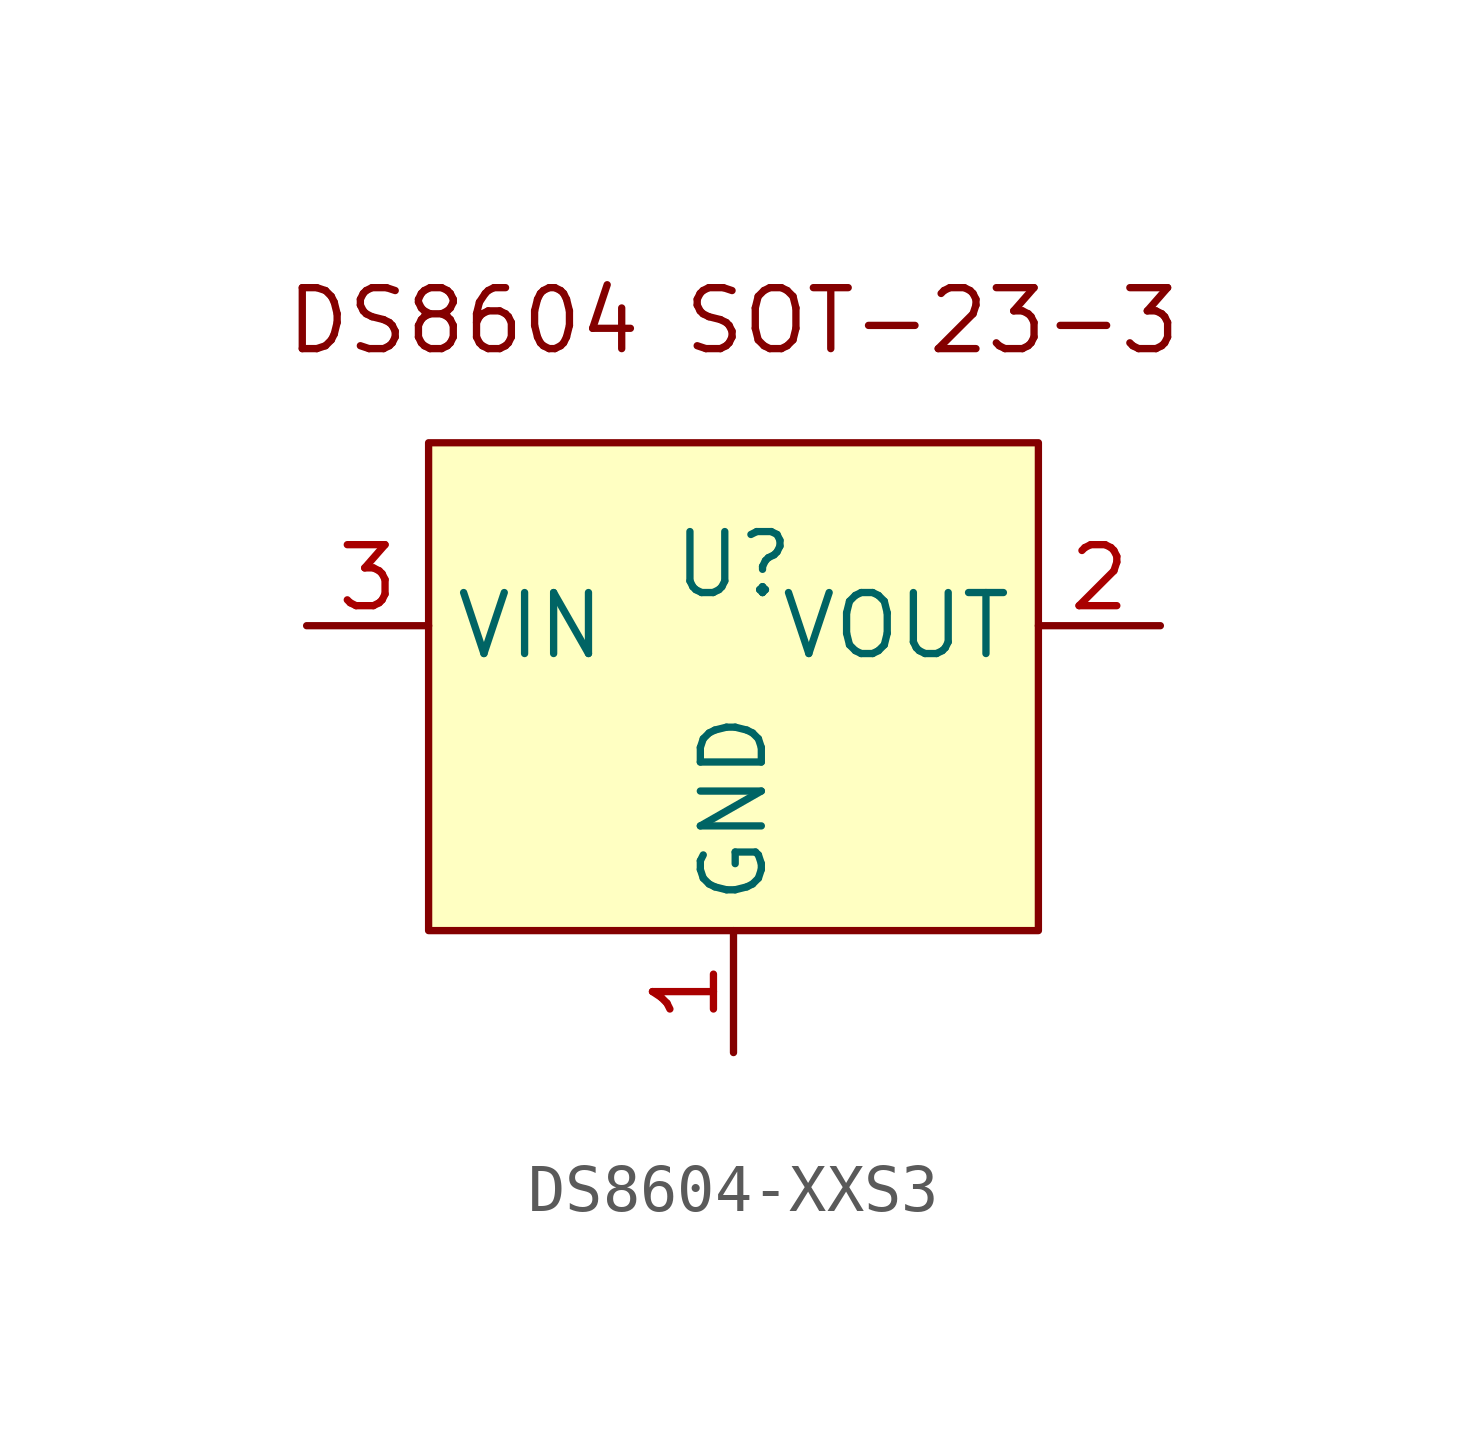
<source format=kicad_sym>
(kicad_symbol_lib
  (version 20220914)
  (generator kicad_symbol_editor)
  (symbol "DS8604-XXS3"
    (property "Reference" "U"
      (at 0 2.54 0)
      (effects (font (size 1.27 1.27))))
    (property "Value" ""
      (at 0 0 0)
      (effects (font (size 1.27 1.27))))
    (symbol "DS8604-XXS3_1_1"
      (rectangle (start -6.35 5.08) (end 6.35 -5.08) (stroke (width 0) (type default)) (fill (type background)))
      (text "DS8604 SOT-23-3" (at 0 7.62 0) (effects (font (size 1.27 1.27))))
      (pin power_in line (at 0 -7.62 90) (length 2.54) (name "GND" (effects (font (size 1.27 1.27)))) (number "1" (effects (font (size 1.27 1.27)))))
      (pin power_out line (at 8.89 1.27 180) (length 2.54) (name "VOUT" (effects (font (size 1.27 1.27)))) (number "2" (effects (font (size 1.27 1.27)))))
      (pin power_in line (at -8.89 1.27 0) (length 2.54) (name "VIN" (effects (font (size 1.27 1.27)))) (number "3" (effects (font (size 1.27 1.27))))))))
</source>
